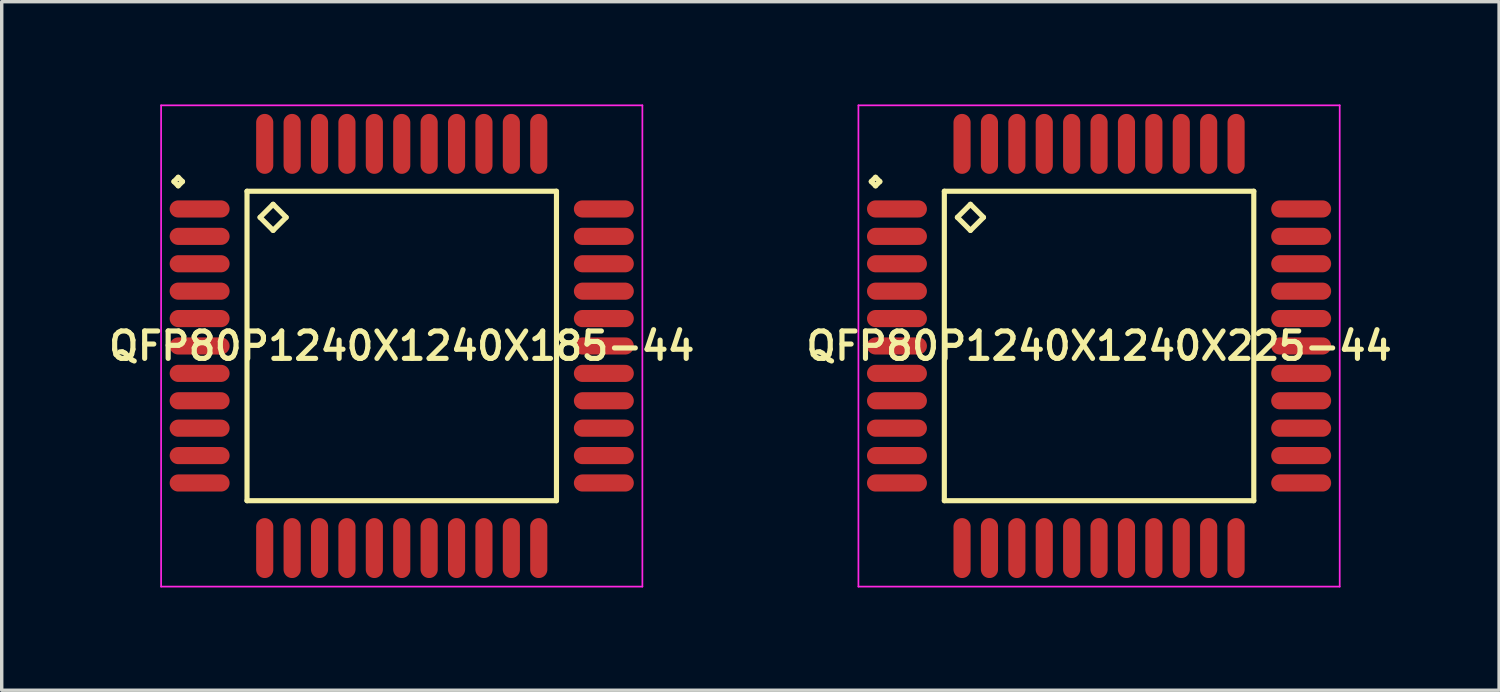
<source format=kicad_pcb>
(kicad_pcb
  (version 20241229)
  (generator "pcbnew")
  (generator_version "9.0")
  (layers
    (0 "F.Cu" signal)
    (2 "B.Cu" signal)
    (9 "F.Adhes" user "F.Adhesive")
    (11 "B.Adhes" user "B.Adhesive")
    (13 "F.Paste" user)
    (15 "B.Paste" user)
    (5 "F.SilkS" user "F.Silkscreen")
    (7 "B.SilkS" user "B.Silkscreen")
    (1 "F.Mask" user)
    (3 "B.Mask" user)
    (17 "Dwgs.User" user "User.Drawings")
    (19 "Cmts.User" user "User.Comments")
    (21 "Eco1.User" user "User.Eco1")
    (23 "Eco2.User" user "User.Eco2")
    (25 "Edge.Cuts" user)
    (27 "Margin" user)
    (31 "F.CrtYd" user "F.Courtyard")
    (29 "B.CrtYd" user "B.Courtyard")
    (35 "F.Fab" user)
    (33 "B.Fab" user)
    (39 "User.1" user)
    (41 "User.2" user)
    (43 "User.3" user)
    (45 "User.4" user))
  (footprint "QFP80P1240X1240X185-44"
    (layer "F.Cu")
    (at 8.678 7.05)
    (property "Reference" "QFP80P1240X1240X185-44" (at 0 0 0) (layer "F.SilkS") (effects (font (size 0.8 0.8) (thickness 0.15))))
    (attr smd)
    (fp_line (start -6.65 -4.8) (end -6.525 -4.925) (stroke (width 0.15) (type solid)) (layer "F.SilkS"))
    (fp_line (start -6.525 -4.925) (end -6.4 -4.8) (stroke (width 0.15) (type solid)) (layer "F.SilkS"))
    (fp_line (start -6.525 -4.675) (end -6.65 -4.8) (stroke (width 0.15) (type solid)) (layer "F.SilkS"))
    (fp_line (start -6.4 -4.8) (end -6.525 -4.675) (stroke (width 0.15) (type solid)) (layer "F.SilkS"))
    (fp_line (start -4.517 -4.517) (end -4.517 4.517) (stroke (width 0.15) (type solid)) (layer "F.SilkS"))
    (fp_line (start -4.517 4.517) (end 4.517 4.517) (stroke (width 0.15) (type solid)) (layer "F.SilkS"))
    (fp_line (start -4.136 -3.755) (end -3.755 -4.136) (stroke (width 0.15) (type solid)) (layer "F.SilkS"))
    (fp_line (start -3.755 -4.136) (end -3.374 -3.755) (stroke (width 0.15) (type solid)) (layer "F.SilkS"))
    (fp_line (start -3.755 -3.374) (end -4.136 -3.755) (stroke (width 0.15) (type solid)) (layer "F.SilkS"))
    (fp_line (start -3.374 -3.755) (end -3.755 -3.374) (stroke (width 0.15) (type solid)) (layer "F.SilkS"))
    (fp_line (start 4.517 -4.517) (end -4.517 -4.517) (stroke (width 0.15) (type solid)) (layer "F.SilkS"))
    (fp_line (start 4.517 4.517) (end 4.517 -4.517) (stroke (width 0.15) (type solid)) (layer "F.SilkS"))
    (fp_line (start -7.025 -7.025) (end 7.025 -7.025) (stroke (width 0.05) (type solid)) (layer "F.CrtYd"))
    (fp_line (start -7.025 7.025) (end -7.025 -7.025) (stroke (width 0.05) (type solid)) (layer "F.CrtYd"))
    (fp_line (start 7.025 -7.025) (end 7.025 7.025) (stroke (width 0.05) (type solid)) (layer "F.CrtYd"))
    (fp_line (start 7.025 7.025) (end -7.025 7.025) (stroke (width 0.05) (type solid)) (layer "F.CrtYd"))
    (pad "1" smd oval (at -5.9 -4) (size 1.75 0.5) (layers "F.Cu" "F.Mask" "F.Paste"))
    (pad "2" smd oval (at -5.9 -3.2) (size 1.75 0.5) (layers "F.Cu" "F.Mask" "F.Paste"))
    (pad "3" smd oval (at -5.9 -2.4) (size 1.75 0.5) (layers "F.Cu" "F.Mask" "F.Paste"))
    (pad "4" smd oval (at -5.9 -1.6) (size 1.75 0.5) (layers "F.Cu" "F.Mask" "F.Paste"))
    (pad "5" smd oval (at -5.9 -0.8) (size 1.75 0.5) (layers "F.Cu" "F.Mask" "F.Paste"))
    (pad "6" smd oval (at -5.9 0) (size 1.75 0.5) (layers "F.Cu" "F.Mask" "F.Paste"))
    (pad "7" smd oval (at -5.9 0.8) (size 1.75 0.5) (layers "F.Cu" "F.Mask" "F.Paste"))
    (pad "8" smd oval (at -5.9 1.6) (size 1.75 0.5) (layers "F.Cu" "F.Mask" "F.Paste"))
    (pad "9" smd oval (at -5.9 2.4) (size 1.75 0.5) (layers "F.Cu" "F.Mask" "F.Paste"))
    (pad "10" smd oval (at -5.9 3.2) (size 1.75 0.5) (layers "F.Cu" "F.Mask" "F.Paste"))
    (pad "11" smd oval (at -5.9 4) (size 1.75 0.5) (layers "F.Cu" "F.Mask" "F.Paste"))
    (pad "12" smd oval (at -4 5.9) (size 0.5 1.75) (layers "F.Cu" "F.Mask" "F.Paste"))
    (pad "13" smd oval (at -3.2 5.9) (size 0.5 1.75) (layers "F.Cu" "F.Mask" "F.Paste"))
    (pad "14" smd oval (at -2.4 5.9) (size 0.5 1.75) (layers "F.Cu" "F.Mask" "F.Paste"))
    (pad "15" smd oval (at -1.6 5.9) (size 0.5 1.75) (layers "F.Cu" "F.Mask" "F.Paste"))
    (pad "16" smd oval (at -0.8 5.9) (size 0.5 1.75) (layers "F.Cu" "F.Mask" "F.Paste"))
    (pad "17" smd oval (at 0 5.9) (size 0.5 1.75) (layers "F.Cu" "F.Mask" "F.Paste"))
    (pad "18" smd oval (at 0.8 5.9) (size 0.5 1.75) (layers "F.Cu" "F.Mask" "F.Paste"))
    (pad "19" smd oval (at 1.6 5.9) (size 0.5 1.75) (layers "F.Cu" "F.Mask" "F.Paste"))
    (pad "20" smd oval (at 2.4 5.9) (size 0.5 1.75) (layers "F.Cu" "F.Mask" "F.Paste"))
    (pad "21" smd oval (at 3.2 5.9) (size 0.5 1.75) (layers "F.Cu" "F.Mask" "F.Paste"))
    (pad "22" smd oval (at 4 5.9) (size 0.5 1.75) (layers "F.Cu" "F.Mask" "F.Paste"))
    (pad "23" smd oval (at 5.9 4) (size 1.75 0.5) (layers "F.Cu" "F.Mask" "F.Paste"))
    (pad "24" smd oval (at 5.9 3.2) (size 1.75 0.5) (layers "F.Cu" "F.Mask" "F.Paste"))
    (pad "25" smd oval (at 5.9 2.4) (size 1.75 0.5) (layers "F.Cu" "F.Mask" "F.Paste"))
    (pad "26" smd oval (at 5.9 1.6) (size 1.75 0.5) (layers "F.Cu" "F.Mask" "F.Paste"))
    (pad "27" smd oval (at 5.9 0.8) (size 1.75 0.5) (layers "F.Cu" "F.Mask" "F.Paste"))
    (pad "28" smd oval (at 5.9 0) (size 1.75 0.5) (layers "F.Cu" "F.Mask" "F.Paste"))
    (pad "29" smd oval (at 5.9 -0.8) (size 1.75 0.5) (layers "F.Cu" "F.Mask" "F.Paste"))
    (pad "30" smd oval (at 5.9 -1.6) (size 1.75 0.5) (layers "F.Cu" "F.Mask" "F.Paste"))
    (pad "31" smd oval (at 5.9 -2.4) (size 1.75 0.5) (layers "F.Cu" "F.Mask" "F.Paste"))
    (pad "32" smd oval (at 5.9 -3.2) (size 1.75 0.5) (layers "F.Cu" "F.Mask" "F.Paste"))
    (pad "33" smd oval (at 5.9 -4) (size 1.75 0.5) (layers "F.Cu" "F.Mask" "F.Paste"))
    (pad "34" smd oval (at 4 -5.9) (size 0.5 1.75) (layers "F.Cu" "F.Mask" "F.Paste"))
    (pad "35" smd oval (at 3.2 -5.9) (size 0.5 1.75) (layers "F.Cu" "F.Mask" "F.Paste"))
    (pad "36" smd oval (at 2.4 -5.9) (size 0.5 1.75) (layers "F.Cu" "F.Mask" "F.Paste"))
    (pad "37" smd oval (at 1.6 -5.9) (size 0.5 1.75) (layers "F.Cu" "F.Mask" "F.Paste"))
    (pad "38" smd oval (at 0.8 -5.9) (size 0.5 1.75) (layers "F.Cu" "F.Mask" "F.Paste"))
    (pad "39" smd oval (at 0 -5.9) (size 0.5 1.75) (layers "F.Cu" "F.Mask" "F.Paste"))
    (pad "40" smd oval (at -0.8 -5.9) (size 0.5 1.75) (layers "F.Cu" "F.Mask" "F.Paste"))
    (pad "41" smd oval (at -1.6 -5.9) (size 0.5 1.75) (layers "F.Cu" "F.Mask" "F.Paste"))
    (pad "42" smd oval (at -2.4 -5.9) (size 0.5 1.75) (layers "F.Cu" "F.Mask" "F.Paste"))
    (pad "43" smd oval (at -3.2 -5.9) (size 0.5 1.75) (layers "F.Cu" "F.Mask" "F.Paste"))
    (pad "44" smd oval (at -4 -5.9) (size 0.5 1.75) (layers "F.Cu" "F.Mask" "F.Paste")))
  (footprint "QFP80P1240X1240X225-44"
    (layer "F.Cu")
    (at 29.035 7.05)
    (property "Reference" "QFP80P1240X1240X225-44" (at 0 0 0) (layer "F.SilkS") (effects (font (size 0.8 0.8) (thickness 0.15))))
    (attr smd)
    (fp_line (start -6.65 -4.8) (end -6.525 -4.925) (stroke (width 0.15) (type solid)) (layer "F.SilkS"))
    (fp_line (start -6.525 -4.925) (end -6.4 -4.8) (stroke (width 0.15) (type solid)) (layer "F.SilkS"))
    (fp_line (start -6.525 -4.675) (end -6.65 -4.8) (stroke (width 0.15) (type solid)) (layer "F.SilkS"))
    (fp_line (start -6.4 -4.8) (end -6.525 -4.675) (stroke (width 0.15) (type solid)) (layer "F.SilkS"))
    (fp_line (start -4.517 -4.517) (end -4.517 4.517) (stroke (width 0.15) (type solid)) (layer "F.SilkS"))
    (fp_line (start -4.517 4.517) (end 4.517 4.517) (stroke (width 0.15) (type solid)) (layer "F.SilkS"))
    (fp_line (start -4.136 -3.755) (end -3.755 -4.136) (stroke (width 0.15) (type solid)) (layer "F.SilkS"))
    (fp_line (start -3.755 -4.136) (end -3.374 -3.755) (stroke (width 0.15) (type solid)) (layer "F.SilkS"))
    (fp_line (start -3.755 -3.374) (end -4.136 -3.755) (stroke (width 0.15) (type solid)) (layer "F.SilkS"))
    (fp_line (start -3.374 -3.755) (end -3.755 -3.374) (stroke (width 0.15) (type solid)) (layer "F.SilkS"))
    (fp_line (start 4.517 -4.517) (end -4.517 -4.517) (stroke (width 0.15) (type solid)) (layer "F.SilkS"))
    (fp_line (start 4.517 4.517) (end 4.517 -4.517) (stroke (width 0.15) (type solid)) (layer "F.SilkS"))
    (fp_line (start -7.025 -7.025) (end 7.025 -7.025) (stroke (width 0.05) (type solid)) (layer "F.CrtYd"))
    (fp_line (start -7.025 7.025) (end -7.025 -7.025) (stroke (width 0.05) (type solid)) (layer "F.CrtYd"))
    (fp_line (start 7.025 -7.025) (end 7.025 7.025) (stroke (width 0.05) (type solid)) (layer "F.CrtYd"))
    (fp_line (start 7.025 7.025) (end -7.025 7.025) (stroke (width 0.05) (type solid)) (layer "F.CrtYd"))
    (pad "1" smd oval (at -5.9 -4) (size 1.75 0.5) (layers "F.Cu" "F.Mask" "F.Paste"))
    (pad "2" smd oval (at -5.9 -3.2) (size 1.75 0.5) (layers "F.Cu" "F.Mask" "F.Paste"))
    (pad "3" smd oval (at -5.9 -2.4) (size 1.75 0.5) (layers "F.Cu" "F.Mask" "F.Paste"))
    (pad "4" smd oval (at -5.9 -1.6) (size 1.75 0.5) (layers "F.Cu" "F.Mask" "F.Paste"))
    (pad "5" smd oval (at -5.9 -0.8) (size 1.75 0.5) (layers "F.Cu" "F.Mask" "F.Paste"))
    (pad "6" smd oval (at -5.9 0) (size 1.75 0.5) (layers "F.Cu" "F.Mask" "F.Paste"))
    (pad "7" smd oval (at -5.9 0.8) (size 1.75 0.5) (layers "F.Cu" "F.Mask" "F.Paste"))
    (pad "8" smd oval (at -5.9 1.6) (size 1.75 0.5) (layers "F.Cu" "F.Mask" "F.Paste"))
    (pad "9" smd oval (at -5.9 2.4) (size 1.75 0.5) (layers "F.Cu" "F.Mask" "F.Paste"))
    (pad "10" smd oval (at -5.9 3.2) (size 1.75 0.5) (layers "F.Cu" "F.Mask" "F.Paste"))
    (pad "11" smd oval (at -5.9 4) (size 1.75 0.5) (layers "F.Cu" "F.Mask" "F.Paste"))
    (pad "12" smd oval (at -4 5.9) (size 0.5 1.75) (layers "F.Cu" "F.Mask" "F.Paste"))
    (pad "13" smd oval (at -3.2 5.9) (size 0.5 1.75) (layers "F.Cu" "F.Mask" "F.Paste"))
    (pad "14" smd oval (at -2.4 5.9) (size 0.5 1.75) (layers "F.Cu" "F.Mask" "F.Paste"))
    (pad "15" smd oval (at -1.6 5.9) (size 0.5 1.75) (layers "F.Cu" "F.Mask" "F.Paste"))
    (pad "16" smd oval (at -0.8 5.9) (size 0.5 1.75) (layers "F.Cu" "F.Mask" "F.Paste"))
    (pad "17" smd oval (at 0 5.9) (size 0.5 1.75) (layers "F.Cu" "F.Mask" "F.Paste"))
    (pad "18" smd oval (at 0.8 5.9) (size 0.5 1.75) (layers "F.Cu" "F.Mask" "F.Paste"))
    (pad "19" smd oval (at 1.6 5.9) (size 0.5 1.75) (layers "F.Cu" "F.Mask" "F.Paste"))
    (pad "20" smd oval (at 2.4 5.9) (size 0.5 1.75) (layers "F.Cu" "F.Mask" "F.Paste"))
    (pad "21" smd oval (at 3.2 5.9) (size 0.5 1.75) (layers "F.Cu" "F.Mask" "F.Paste"))
    (pad "22" smd oval (at 4 5.9) (size 0.5 1.75) (layers "F.Cu" "F.Mask" "F.Paste"))
    (pad "23" smd oval (at 5.9 4) (size 1.75 0.5) (layers "F.Cu" "F.Mask" "F.Paste"))
    (pad "24" smd oval (at 5.9 3.2) (size 1.75 0.5) (layers "F.Cu" "F.Mask" "F.Paste"))
    (pad "25" smd oval (at 5.9 2.4) (size 1.75 0.5) (layers "F.Cu" "F.Mask" "F.Paste"))
    (pad "26" smd oval (at 5.9 1.6) (size 1.75 0.5) (layers "F.Cu" "F.Mask" "F.Paste"))
    (pad "27" smd oval (at 5.9 0.8) (size 1.75 0.5) (layers "F.Cu" "F.Mask" "F.Paste"))
    (pad "28" smd oval (at 5.9 0) (size 1.75 0.5) (layers "F.Cu" "F.Mask" "F.Paste"))
    (pad "29" smd oval (at 5.9 -0.8) (size 1.75 0.5) (layers "F.Cu" "F.Mask" "F.Paste"))
    (pad "30" smd oval (at 5.9 -1.6) (size 1.75 0.5) (layers "F.Cu" "F.Mask" "F.Paste"))
    (pad "31" smd oval (at 5.9 -2.4) (size 1.75 0.5) (layers "F.Cu" "F.Mask" "F.Paste"))
    (pad "32" smd oval (at 5.9 -3.2) (size 1.75 0.5) (layers "F.Cu" "F.Mask" "F.Paste"))
    (pad "33" smd oval (at 5.9 -4) (size 1.75 0.5) (layers "F.Cu" "F.Mask" "F.Paste"))
    (pad "34" smd oval (at 4 -5.9) (size 0.5 1.75) (layers "F.Cu" "F.Mask" "F.Paste"))
    (pad "35" smd oval (at 3.2 -5.9) (size 0.5 1.75) (layers "F.Cu" "F.Mask" "F.Paste"))
    (pad "36" smd oval (at 2.4 -5.9) (size 0.5 1.75) (layers "F.Cu" "F.Mask" "F.Paste"))
    (pad "37" smd oval (at 1.6 -5.9) (size 0.5 1.75) (layers "F.Cu" "F.Mask" "F.Paste"))
    (pad "38" smd oval (at 0.8 -5.9) (size 0.5 1.75) (layers "F.Cu" "F.Mask" "F.Paste"))
    (pad "39" smd oval (at 0 -5.9) (size 0.5 1.75) (layers "F.Cu" "F.Mask" "F.Paste"))
    (pad "40" smd oval (at -0.8 -5.9) (size 0.5 1.75) (layers "F.Cu" "F.Mask" "F.Paste"))
    (pad "41" smd oval (at -1.6 -5.9) (size 0.5 1.75) (layers "F.Cu" "F.Mask" "F.Paste"))
    (pad "42" smd oval (at -2.4 -5.9) (size 0.5 1.75) (layers "F.Cu" "F.Mask" "F.Paste"))
    (pad "43" smd oval (at -3.2 -5.9) (size 0.5 1.75) (layers "F.Cu" "F.Mask" "F.Paste"))
    (pad "44" smd oval (at -4 -5.9) (size 0.5 1.75) (layers "F.Cu" "F.Mask" "F.Paste")))
  (gr_rect
    (start -3 -3)
    (end 40.713 17.1)
    (stroke (width 0.1) (type default))
    (fill no)
    (layer "Edge.Cuts")))
</source>
